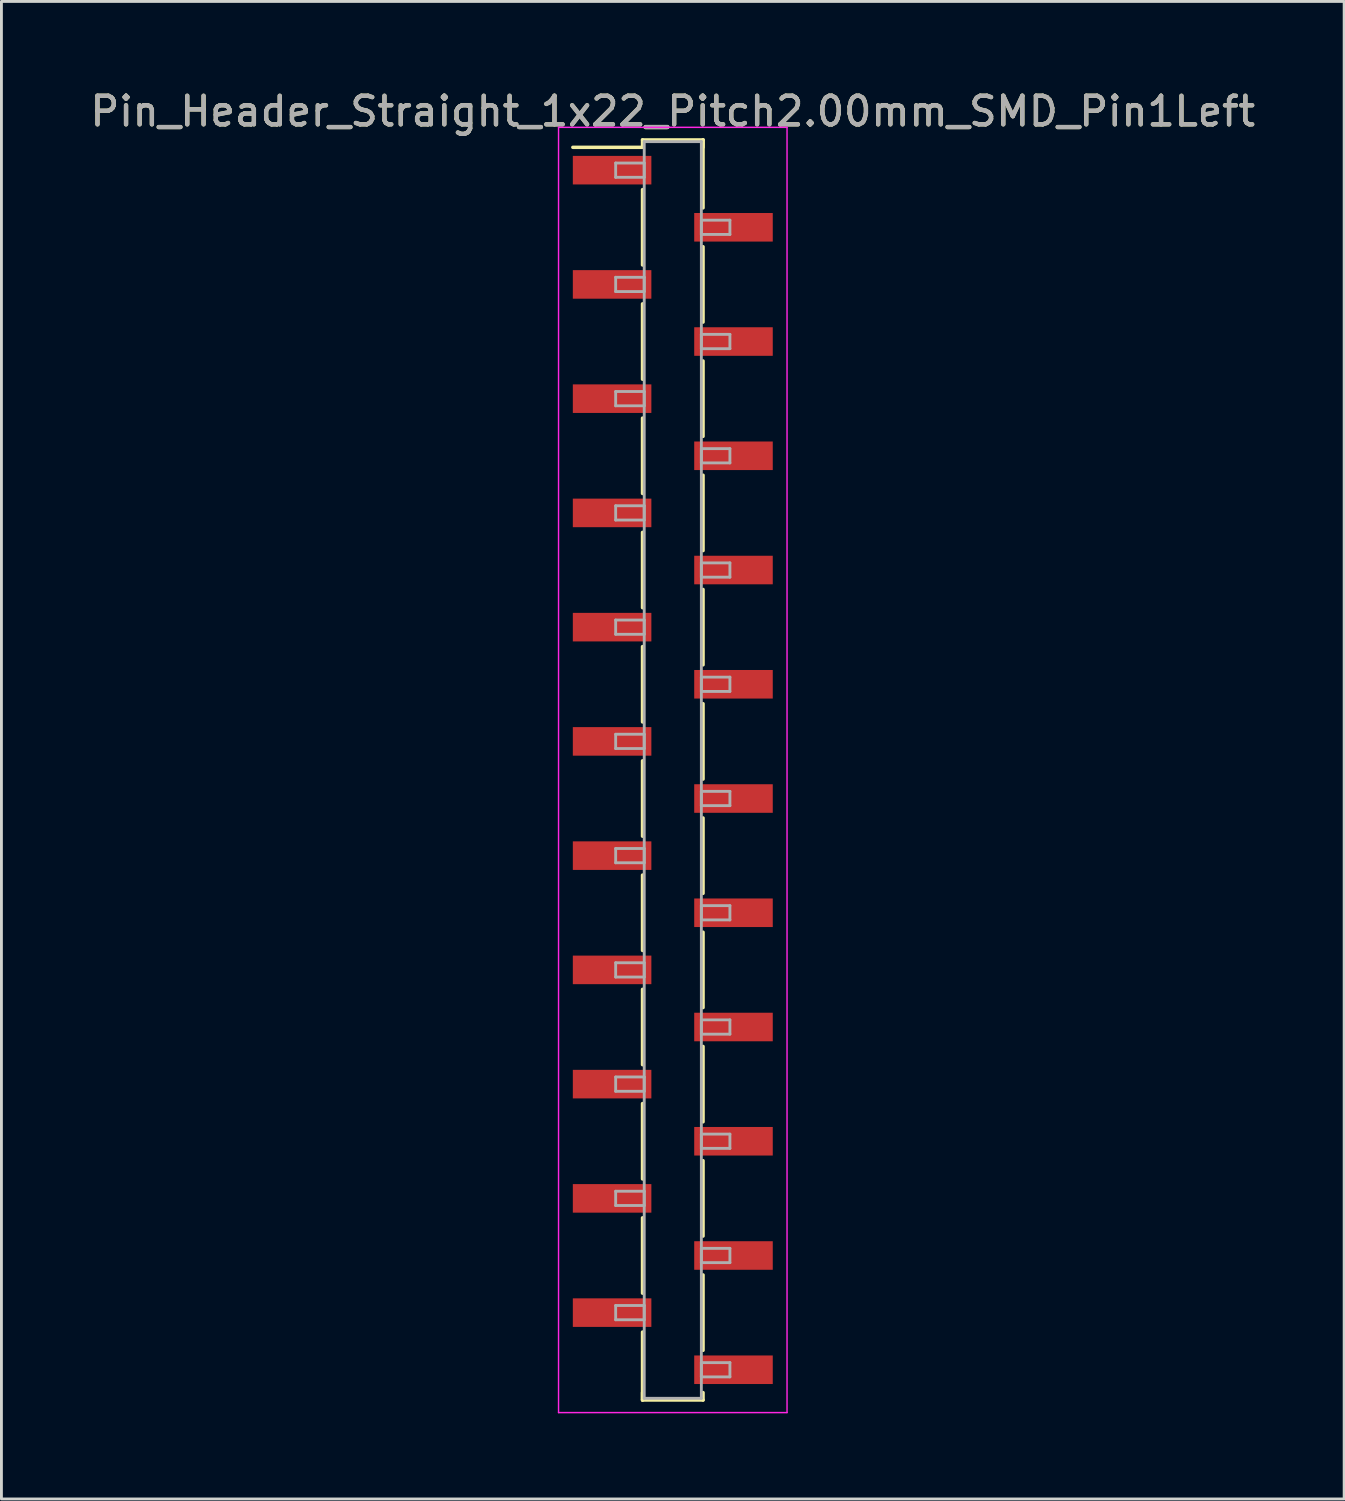
<source format=kicad_pcb>
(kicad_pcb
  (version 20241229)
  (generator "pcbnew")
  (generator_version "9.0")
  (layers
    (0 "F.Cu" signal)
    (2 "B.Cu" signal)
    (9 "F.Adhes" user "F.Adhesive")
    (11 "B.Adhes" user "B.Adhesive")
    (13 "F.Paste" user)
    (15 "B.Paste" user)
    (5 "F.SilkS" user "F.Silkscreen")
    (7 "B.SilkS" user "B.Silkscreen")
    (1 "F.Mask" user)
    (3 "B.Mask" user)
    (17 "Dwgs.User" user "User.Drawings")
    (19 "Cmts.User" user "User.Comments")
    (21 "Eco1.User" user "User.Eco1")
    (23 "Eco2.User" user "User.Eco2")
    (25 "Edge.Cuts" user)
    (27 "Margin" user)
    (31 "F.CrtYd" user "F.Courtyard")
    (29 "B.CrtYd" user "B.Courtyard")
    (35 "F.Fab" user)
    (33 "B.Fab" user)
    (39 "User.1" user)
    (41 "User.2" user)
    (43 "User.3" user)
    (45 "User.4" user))
  (footprint "Pin_Header_Straight_1x22_Pitch2.00mm_SMD_Pin1Left"
    (layer "F.Cu")
    (at 20.506 23.908)
    (property "Reference" "Pin_Header_Straight_1x22_Pitch2.00mm_SMD_Pin1Left" (at 0 -23.06 0) (layer "F.SilkS") (effects (font (size 1 1) (thickness 0.15))))
    (attr smd)
    (fp_line (start -1.06 -22.06) (end 1.06 -22.06) (stroke (width 0.12) (type solid)) (layer "F.SilkS"))
    (fp_line (start -1.06 -21.8) (end -3.5 -21.8) (stroke (width 0.12) (type solid)) (layer "F.SilkS"))
    (fp_line (start -1.06 -21.8) (end -1.06 -22.06) (stroke (width 0.12) (type solid)) (layer "F.SilkS"))
    (fp_line (start -1.06 -20.32) (end -1.06 -17.68) (stroke (width 0.12) (type solid)) (layer "F.SilkS"))
    (fp_line (start -1.06 -16.32) (end -1.06 -13.68) (stroke (width 0.12) (type solid)) (layer "F.SilkS"))
    (fp_line (start -1.06 -12.32) (end -1.06 -9.68) (stroke (width 0.12) (type solid)) (layer "F.SilkS"))
    (fp_line (start -1.06 -8.32) (end -1.06 -5.68) (stroke (width 0.12) (type solid)) (layer "F.SilkS"))
    (fp_line (start -1.06 -4.32) (end -1.06 -1.68) (stroke (width 0.12) (type solid)) (layer "F.SilkS"))
    (fp_line (start -1.06 -0.32) (end -1.06 2.32) (stroke (width 0.12) (type solid)) (layer "F.SilkS"))
    (fp_line (start -1.06 3.68) (end -1.06 6.32) (stroke (width 0.12) (type solid)) (layer "F.SilkS"))
    (fp_line (start -1.06 7.68) (end -1.06 10.32) (stroke (width 0.12) (type solid)) (layer "F.SilkS"))
    (fp_line (start -1.06 11.68) (end -1.06 14.32) (stroke (width 0.12) (type solid)) (layer "F.SilkS"))
    (fp_line (start -1.06 15.68) (end -1.06 18.32) (stroke (width 0.12) (type solid)) (layer "F.SilkS"))
    (fp_line (start -1.06 19.68) (end -1.06 22.06) (stroke (width 0.12) (type solid)) (layer "F.SilkS"))
    (fp_line (start -1.06 21.8) (end -1.06 22.06) (stroke (width 0.12) (type solid)) (layer "F.SilkS"))
    (fp_line (start -1.06 22.06) (end 1.06 22.06) (stroke (width 0.12) (type solid)) (layer "F.SilkS"))
    (fp_line (start 1.06 -22.06) (end 1.06 -21.8) (stroke (width 0.12) (type solid)) (layer "F.SilkS"))
    (fp_line (start 1.06 -22.06) (end 1.06 -19.68) (stroke (width 0.12) (type solid)) (layer "F.SilkS"))
    (fp_line (start 1.06 -18.32) (end 1.06 -15.68) (stroke (width 0.12) (type solid)) (layer "F.SilkS"))
    (fp_line (start 1.06 -14.32) (end 1.06 -11.68) (stroke (width 0.12) (type solid)) (layer "F.SilkS"))
    (fp_line (start 1.06 -10.32) (end 1.06 -7.68) (stroke (width 0.12) (type solid)) (layer "F.SilkS"))
    (fp_line (start 1.06 -6.32) (end 1.06 -3.68) (stroke (width 0.12) (type solid)) (layer "F.SilkS"))
    (fp_line (start 1.06 -2.32) (end 1.06 0.32) (stroke (width 0.12) (type solid)) (layer "F.SilkS"))
    (fp_line (start 1.06 1.68) (end 1.06 4.32) (stroke (width 0.12) (type solid)) (layer "F.SilkS"))
    (fp_line (start 1.06 5.68) (end 1.06 8.32) (stroke (width 0.12) (type solid)) (layer "F.SilkS"))
    (fp_line (start 1.06 9.68) (end 1.06 12.32) (stroke (width 0.12) (type solid)) (layer "F.SilkS"))
    (fp_line (start 1.06 13.68) (end 1.06 16.32) (stroke (width 0.12) (type solid)) (layer "F.SilkS"))
    (fp_line (start 1.06 17.68) (end 1.06 20.32) (stroke (width 0.12) (type solid)) (layer "F.SilkS"))
    (fp_line (start 1.06 22.06) (end 1.06 21.8) (stroke (width 0.12) (type solid)) (layer "F.SilkS"))
    (fp_line (start -4 -22.5) (end -4 22.5) (stroke (width 0.05) (type solid)) (layer "F.CrtYd"))
    (fp_line (start -4 22.5) (end 4 22.5) (stroke (width 0.05) (type solid)) (layer "F.CrtYd"))
    (fp_line (start 4 -22.5) (end -4 -22.5) (stroke (width 0.05) (type solid)) (layer "F.CrtYd"))
    (fp_line (start 4 22.5) (end 4 -22.5) (stroke (width 0.05) (type solid)) (layer "F.CrtYd"))
    (fp_line (start -2 -21.25) (end -1 -21.25) (stroke (width 0.1) (type solid)) (layer "F.Fab"))
    (fp_line (start -2 -20.75) (end -2 -21.25) (stroke (width 0.1) (type solid)) (layer "F.Fab"))
    (fp_line (start -2 -17.25) (end -1 -17.25) (stroke (width 0.1) (type solid)) (layer "F.Fab"))
    (fp_line (start -2 -16.75) (end -2 -17.25) (stroke (width 0.1) (type solid)) (layer "F.Fab"))
    (fp_line (start -2 -13.25) (end -1 -13.25) (stroke (width 0.1) (type solid)) (layer "F.Fab"))
    (fp_line (start -2 -12.75) (end -2 -13.25) (stroke (width 0.1) (type solid)) (layer "F.Fab"))
    (fp_line (start -2 -9.25) (end -1 -9.25) (stroke (width 0.1) (type solid)) (layer "F.Fab"))
    (fp_line (start -2 -8.75) (end -2 -9.25) (stroke (width 0.1) (type solid)) (layer "F.Fab"))
    (fp_line (start -2 -5.25) (end -1 -5.25) (stroke (width 0.1) (type solid)) (layer "F.Fab"))
    (fp_line (start -2 -4.75) (end -2 -5.25) (stroke (width 0.1) (type solid)) (layer "F.Fab"))
    (fp_line (start -2 -1.25) (end -1 -1.25) (stroke (width 0.1) (type solid)) (layer "F.Fab"))
    (fp_line (start -2 -0.75) (end -2 -1.25) (stroke (width 0.1) (type solid)) (layer "F.Fab"))
    (fp_line (start -2 2.75) (end -1 2.75) (stroke (width 0.1) (type solid)) (layer "F.Fab"))
    (fp_line (start -2 3.25) (end -2 2.75) (stroke (width 0.1) (type solid)) (layer "F.Fab"))
    (fp_line (start -2 6.75) (end -1 6.75) (stroke (width 0.1) (type solid)) (layer "F.Fab"))
    (fp_line (start -2 7.25) (end -2 6.75) (stroke (width 0.1) (type solid)) (layer "F.Fab"))
    (fp_line (start -2 10.75) (end -1 10.75) (stroke (width 0.1) (type solid)) (layer "F.Fab"))
    (fp_line (start -2 11.25) (end -2 10.75) (stroke (width 0.1) (type solid)) (layer "F.Fab"))
    (fp_line (start -2 14.75) (end -1 14.75) (stroke (width 0.1) (type solid)) (layer "F.Fab"))
    (fp_line (start -2 15.25) (end -2 14.75) (stroke (width 0.1) (type solid)) (layer "F.Fab"))
    (fp_line (start -2 18.75) (end -1 18.75) (stroke (width 0.1) (type solid)) (layer "F.Fab"))
    (fp_line (start -2 19.25) (end -2 18.75) (stroke (width 0.1) (type solid)) (layer "F.Fab"))
    (fp_line (start -1 -22) (end -1 22) (stroke (width 0.1) (type solid)) (layer "F.Fab"))
    (fp_line (start -1 -21.25) (end -1 -20.75) (stroke (width 0.1) (type solid)) (layer "F.Fab"))
    (fp_line (start -1 -20.75) (end -2 -20.75) (stroke (width 0.1) (type solid)) (layer "F.Fab"))
    (fp_line (start -1 -17.25) (end -1 -16.75) (stroke (width 0.1) (type solid)) (layer "F.Fab"))
    (fp_line (start -1 -16.75) (end -2 -16.75) (stroke (width 0.1) (type solid)) (layer "F.Fab"))
    (fp_line (start -1 -13.25) (end -1 -12.75) (stroke (width 0.1) (type solid)) (layer "F.Fab"))
    (fp_line (start -1 -12.75) (end -2 -12.75) (stroke (width 0.1) (type solid)) (layer "F.Fab"))
    (fp_line (start -1 -9.25) (end -1 -8.75) (stroke (width 0.1) (type solid)) (layer "F.Fab"))
    (fp_line (start -1 -8.75) (end -2 -8.75) (stroke (width 0.1) (type solid)) (layer "F.Fab"))
    (fp_line (start -1 -5.25) (end -1 -4.75) (stroke (width 0.1) (type solid)) (layer "F.Fab"))
    (fp_line (start -1 -4.75) (end -2 -4.75) (stroke (width 0.1) (type solid)) (layer "F.Fab"))
    (fp_line (start -1 -1.25) (end -1 -0.75) (stroke (width 0.1) (type solid)) (layer "F.Fab"))
    (fp_line (start -1 -0.75) (end -2 -0.75) (stroke (width 0.1) (type solid)) (layer "F.Fab"))
    (fp_line (start -1 2.75) (end -1 3.25) (stroke (width 0.1) (type solid)) (layer "F.Fab"))
    (fp_line (start -1 3.25) (end -2 3.25) (stroke (width 0.1) (type solid)) (layer "F.Fab"))
    (fp_line (start -1 6.75) (end -1 7.25) (stroke (width 0.1) (type solid)) (layer "F.Fab"))
    (fp_line (start -1 7.25) (end -2 7.25) (stroke (width 0.1) (type solid)) (layer "F.Fab"))
    (fp_line (start -1 10.75) (end -1 11.25) (stroke (width 0.1) (type solid)) (layer "F.Fab"))
    (fp_line (start -1 11.25) (end -2 11.25) (stroke (width 0.1) (type solid)) (layer "F.Fab"))
    (fp_line (start -1 14.75) (end -1 15.25) (stroke (width 0.1) (type solid)) (layer "F.Fab"))
    (fp_line (start -1 15.25) (end -2 15.25) (stroke (width 0.1) (type solid)) (layer "F.Fab"))
    (fp_line (start -1 18.75) (end -1 19.25) (stroke (width 0.1) (type solid)) (layer "F.Fab"))
    (fp_line (start -1 19.25) (end -2 19.25) (stroke (width 0.1) (type solid)) (layer "F.Fab"))
    (fp_line (start -1 22) (end 1 22) (stroke (width 0.1) (type solid)) (layer "F.Fab"))
    (fp_line (start 1 -22) (end -1 -22) (stroke (width 0.1) (type solid)) (layer "F.Fab"))
    (fp_line (start 1 -19.25) (end 1 -18.75) (stroke (width 0.1) (type solid)) (layer "F.Fab"))
    (fp_line (start 1 -18.75) (end 2 -18.75) (stroke (width 0.1) (type solid)) (layer "F.Fab"))
    (fp_line (start 1 -15.25) (end 1 -14.75) (stroke (width 0.1) (type solid)) (layer "F.Fab"))
    (fp_line (start 1 -14.75) (end 2 -14.75) (stroke (width 0.1) (type solid)) (layer "F.Fab"))
    (fp_line (start 1 -11.25) (end 1 -10.75) (stroke (width 0.1) (type solid)) (layer "F.Fab"))
    (fp_line (start 1 -10.75) (end 2 -10.75) (stroke (width 0.1) (type solid)) (layer "F.Fab"))
    (fp_line (start 1 -7.25) (end 1 -6.75) (stroke (width 0.1) (type solid)) (layer "F.Fab"))
    (fp_line (start 1 -6.75) (end 2 -6.75) (stroke (width 0.1) (type solid)) (layer "F.Fab"))
    (fp_line (start 1 -3.25) (end 1 -2.75) (stroke (width 0.1) (type solid)) (layer "F.Fab"))
    (fp_line (start 1 -2.75) (end 2 -2.75) (stroke (width 0.1) (type solid)) (layer "F.Fab"))
    (fp_line (start 1 0.75) (end 1 1.25) (stroke (width 0.1) (type solid)) (layer "F.Fab"))
    (fp_line (start 1 1.25) (end 2 1.25) (stroke (width 0.1) (type solid)) (layer "F.Fab"))
    (fp_line (start 1 4.75) (end 1 5.25) (stroke (width 0.1) (type solid)) (layer "F.Fab"))
    (fp_line (start 1 5.25) (end 2 5.25) (stroke (width 0.1) (type solid)) (layer "F.Fab"))
    (fp_line (start 1 8.75) (end 1 9.25) (stroke (width 0.1) (type solid)) (layer "F.Fab"))
    (fp_line (start 1 9.25) (end 2 9.25) (stroke (width 0.1) (type solid)) (layer "F.Fab"))
    (fp_line (start 1 12.75) (end 1 13.25) (stroke (width 0.1) (type solid)) (layer "F.Fab"))
    (fp_line (start 1 13.25) (end 2 13.25) (stroke (width 0.1) (type solid)) (layer "F.Fab"))
    (fp_line (start 1 16.75) (end 1 17.25) (stroke (width 0.1) (type solid)) (layer "F.Fab"))
    (fp_line (start 1 17.25) (end 2 17.25) (stroke (width 0.1) (type solid)) (layer "F.Fab"))
    (fp_line (start 1 20.75) (end 1 21.25) (stroke (width 0.1) (type solid)) (layer "F.Fab"))
    (fp_line (start 1 21.25) (end 2 21.25) (stroke (width 0.1) (type solid)) (layer "F.Fab"))
    (fp_line (start 1 22) (end 1 -22) (stroke (width 0.1) (type solid)) (layer "F.Fab"))
    (fp_line (start 2 -19.25) (end 1 -19.25) (stroke (width 0.1) (type solid)) (layer "F.Fab"))
    (fp_line (start 2 -18.75) (end 2 -19.25) (stroke (width 0.1) (type solid)) (layer "F.Fab"))
    (fp_line (start 2 -15.25) (end 1 -15.25) (stroke (width 0.1) (type solid)) (layer "F.Fab"))
    (fp_line (start 2 -14.75) (end 2 -15.25) (stroke (width 0.1) (type solid)) (layer "F.Fab"))
    (fp_line (start 2 -11.25) (end 1 -11.25) (stroke (width 0.1) (type solid)) (layer "F.Fab"))
    (fp_line (start 2 -10.75) (end 2 -11.25) (stroke (width 0.1) (type solid)) (layer "F.Fab"))
    (fp_line (start 2 -7.25) (end 1 -7.25) (stroke (width 0.1) (type solid)) (layer "F.Fab"))
    (fp_line (start 2 -6.75) (end 2 -7.25) (stroke (width 0.1) (type solid)) (layer "F.Fab"))
    (fp_line (start 2 -3.25) (end 1 -3.25) (stroke (width 0.1) (type solid)) (layer "F.Fab"))
    (fp_line (start 2 -2.75) (end 2 -3.25) (stroke (width 0.1) (type solid)) (layer "F.Fab"))
    (fp_line (start 2 0.75) (end 1 0.75) (stroke (width 0.1) (type solid)) (layer "F.Fab"))
    (fp_line (start 2 1.25) (end 2 0.75) (stroke (width 0.1) (type solid)) (layer "F.Fab"))
    (fp_line (start 2 4.75) (end 1 4.75) (stroke (width 0.1) (type solid)) (layer "F.Fab"))
    (fp_line (start 2 5.25) (end 2 4.75) (stroke (width 0.1) (type solid)) (layer "F.Fab"))
    (fp_line (start 2 8.75) (end 1 8.75) (stroke (width 0.1) (type solid)) (layer "F.Fab"))
    (fp_line (start 2 9.25) (end 2 8.75) (stroke (width 0.1) (type solid)) (layer "F.Fab"))
    (fp_line (start 2 12.75) (end 1 12.75) (stroke (width 0.1) (type solid)) (layer "F.Fab"))
    (fp_line (start 2 13.25) (end 2 12.75) (stroke (width 0.1) (type solid)) (layer "F.Fab"))
    (fp_line (start 2 16.75) (end 1 16.75) (stroke (width 0.1) (type solid)) (layer "F.Fab"))
    (fp_line (start 2 17.25) (end 2 16.75) (stroke (width 0.1) (type solid)) (layer "F.Fab"))
    (fp_line (start 2 20.75) (end 1 20.75) (stroke (width 0.1) (type solid)) (layer "F.Fab"))
    (fp_line (start 2 21.25) (end 2 20.75) (stroke (width 0.1) (type solid)) (layer "F.Fab"))
    (fp_text user "${REFERENCE}" (at 0 -23.06 0) (layer "F.Fab") (effects (font (size 1 1) (thickness 0.15))))
    (pad "1" smd rect (at -2.125 -21) (size 2.75 1) (layers "F.Cu" "F.Mask" "F.Paste"))
    (pad "2" smd rect (at 2.125 -19) (size 2.75 1) (layers "F.Cu" "F.Mask" "F.Paste"))
    (pad "3" smd rect (at -2.125 -17) (size 2.75 1) (layers "F.Cu" "F.Mask" "F.Paste"))
    (pad "4" smd rect (at 2.125 -15) (size 2.75 1) (layers "F.Cu" "F.Mask" "F.Paste"))
    (pad "5" smd rect (at -2.125 -13) (size 2.75 1) (layers "F.Cu" "F.Mask" "F.Paste"))
    (pad "6" smd rect (at 2.125 -11) (size 2.75 1) (layers "F.Cu" "F.Mask" "F.Paste"))
    (pad "7" smd rect (at -2.125 -9) (size 2.75 1) (layers "F.Cu" "F.Mask" "F.Paste"))
    (pad "8" smd rect (at 2.125 -7) (size 2.75 1) (layers "F.Cu" "F.Mask" "F.Paste"))
    (pad "9" smd rect (at -2.125 -5) (size 2.75 1) (layers "F.Cu" "F.Mask" "F.Paste"))
    (pad "10" smd rect (at 2.125 -3) (size 2.75 1) (layers "F.Cu" "F.Mask" "F.Paste"))
    (pad "11" smd rect (at -2.125 -1) (size 2.75 1) (layers "F.Cu" "F.Mask" "F.Paste"))
    (pad "12" smd rect (at 2.125 1) (size 2.75 1) (layers "F.Cu" "F.Mask" "F.Paste"))
    (pad "13" smd rect (at -2.125 3) (size 2.75 1) (layers "F.Cu" "F.Mask" "F.Paste"))
    (pad "14" smd rect (at 2.125 5) (size 2.75 1) (layers "F.Cu" "F.Mask" "F.Paste"))
    (pad "15" smd rect (at -2.125 7) (size 2.75 1) (layers "F.Cu" "F.Mask" "F.Paste"))
    (pad "16" smd rect (at 2.125 9) (size 2.75 1) (layers "F.Cu" "F.Mask" "F.Paste"))
    (pad "17" smd rect (at -2.125 11) (size 2.75 1) (layers "F.Cu" "F.Mask" "F.Paste"))
    (pad "18" smd rect (at 2.125 13) (size 2.75 1) (layers "F.Cu" "F.Mask" "F.Paste"))
    (pad "19" smd rect (at -2.125 15) (size 2.75 1) (layers "F.Cu" "F.Mask" "F.Paste"))
    (pad "20" smd rect (at 2.125 17) (size 2.75 1) (layers "F.Cu" "F.Mask" "F.Paste"))
    (pad "21" smd rect (at -2.125 19) (size 2.75 1) (layers "F.Cu" "F.Mask" "F.Paste"))
    (pad "22" smd rect (at 2.125 21) (size 2.75 1) (layers "F.Cu" "F.Mask" "F.Paste")))
  (gr_rect
    (start -3 -3)
    (end 44.012 49.433)
    (stroke (width 0.1) (type default))
    (fill no)
    (layer "Edge.Cuts")))
</source>
